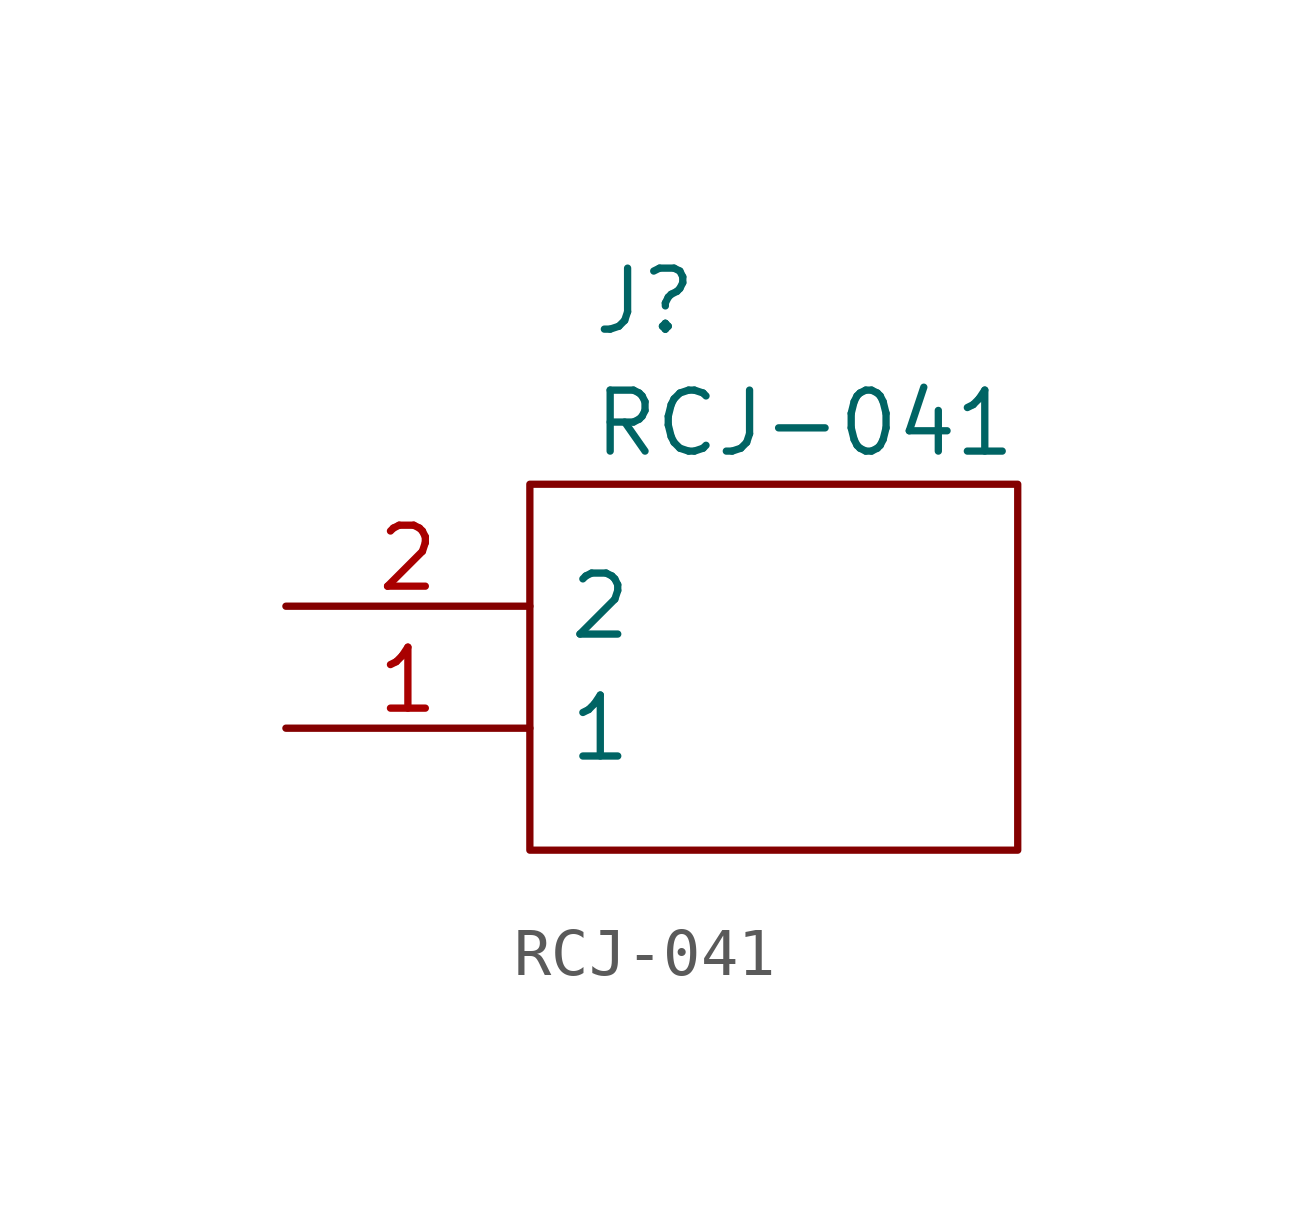
<source format=kicad_sym>
(kicad_symbol_lib
  (version 20211014)
  (generator kicad_symbol_editor)
  (symbol "RCJ-041"
    (pin_names
      (offset 0.762))
    (property "Reference" "J"
      (at -3.81 6.35 0)
      (effects (font (size 1.27 1.27)) (justify left)))
    (property "Value" "RCJ-041"
      (at -3.81 3.81 0)
      (effects (font (size 1.27 1.27)) (justify left)))
    (symbol "RCJ-041_0_0"
      (pin passive line (at -10.16 -2.54 0) (length 5.08) (name "1" (effects (font (size 1.27 1.27)))) (number "1" (effects (font (size 1.27 1.27)))))
      (pin passive line (at -10.16 0 0) (length 5.08) (name "2" (effects (font (size 1.27 1.27)))) (number "2" (effects (font (size 1.27 1.27))))))
    (symbol "RCJ-041_0_1"
      (polyline (pts (xy -5.08 2.54) (xy 5.08 2.54) (xy 5.08 -5.08) (xy -5.08 -5.08) (xy -5.08 2.54)) (stroke (width 0.152) (type default) (color 0 0 0 0)) (fill (type none))))))
</source>
